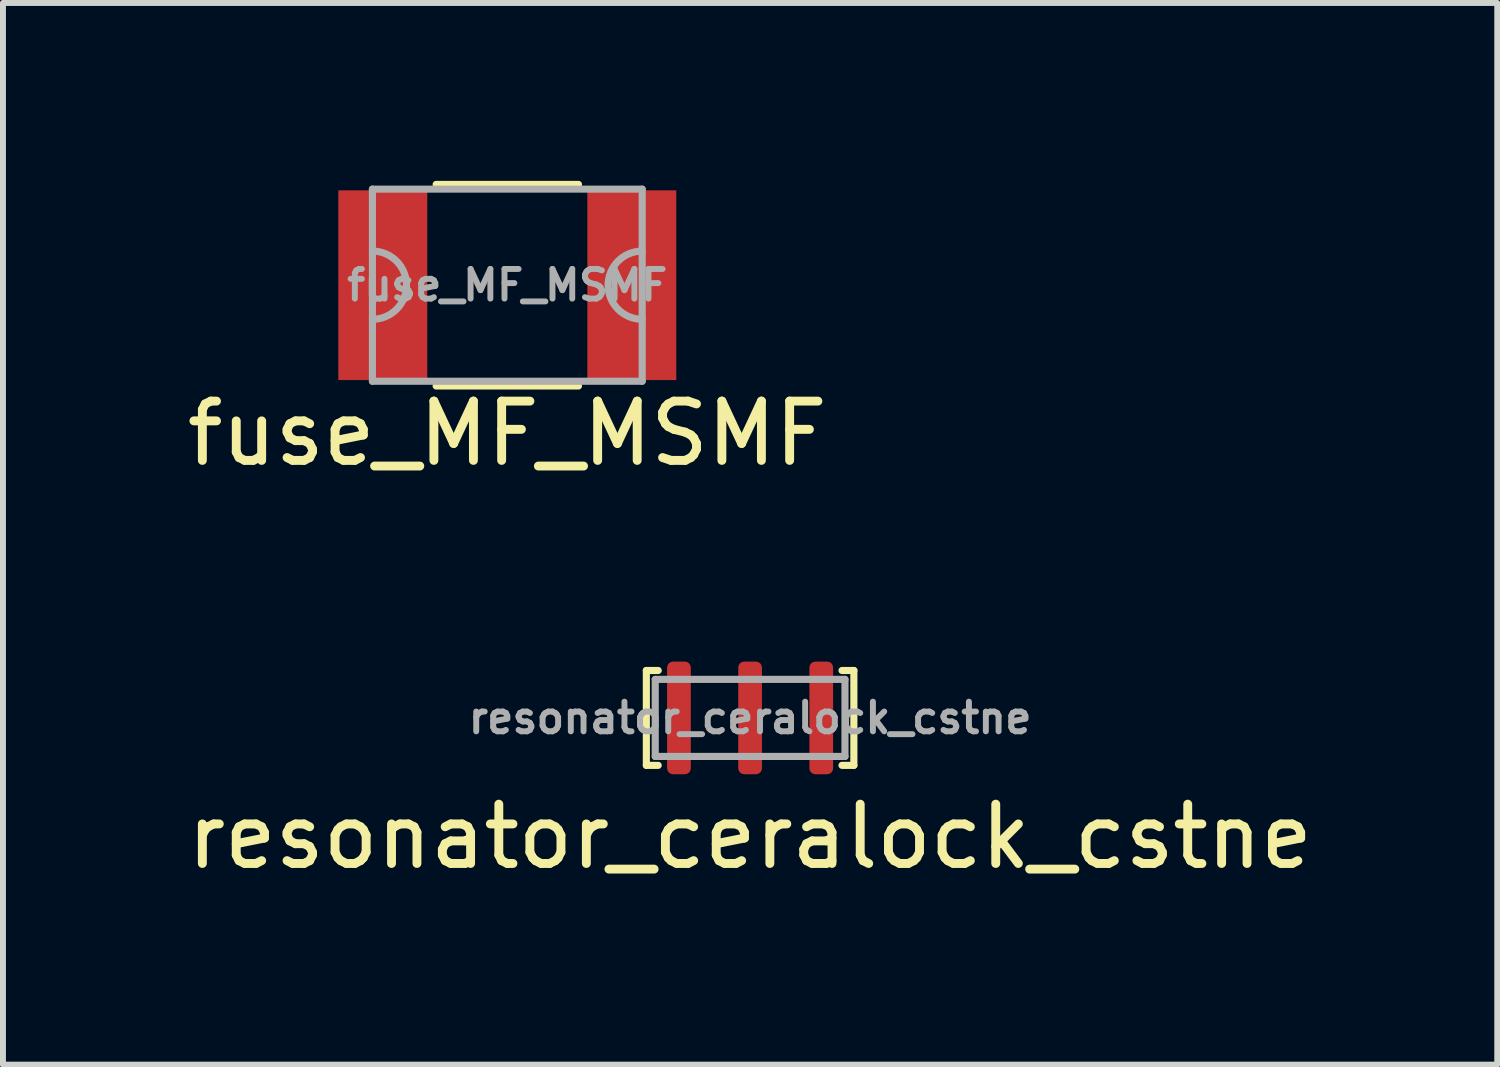
<source format=kicad_pcb>
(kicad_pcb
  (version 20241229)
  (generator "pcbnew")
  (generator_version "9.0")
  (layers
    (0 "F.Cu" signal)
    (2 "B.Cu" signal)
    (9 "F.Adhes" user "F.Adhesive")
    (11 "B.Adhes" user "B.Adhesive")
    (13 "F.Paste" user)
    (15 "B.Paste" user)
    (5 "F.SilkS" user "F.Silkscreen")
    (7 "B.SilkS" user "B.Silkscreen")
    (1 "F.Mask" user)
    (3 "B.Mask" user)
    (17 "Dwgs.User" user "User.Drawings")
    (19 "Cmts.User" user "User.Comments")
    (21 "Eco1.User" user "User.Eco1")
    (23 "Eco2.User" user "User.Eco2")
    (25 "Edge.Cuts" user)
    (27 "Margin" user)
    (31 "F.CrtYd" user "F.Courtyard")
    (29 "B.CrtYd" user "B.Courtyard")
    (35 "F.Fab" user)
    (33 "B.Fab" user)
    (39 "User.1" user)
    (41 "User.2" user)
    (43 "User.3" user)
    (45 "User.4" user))
  (footprint "resonator_ceralock_cstne"
    (layer "F.Cu")
    (at 9.601 9.058)
    (property "Reference" "resonator_ceralock_cstne" (at 0 2 0) (layer "F.SilkS") (effects (font (size 1 1) (thickness 0.15))))
    (attr through_hole)
    (fp_line (start -1.75 -0.8) (end -1.75 0.8) (stroke (width 0.12) (type solid)) (layer "F.SilkS"))
    (fp_line (start -1.75 0.8) (end -1.55 0.8) (stroke (width 0.12) (type solid)) (layer "F.SilkS"))
    (fp_line (start -1.55 -0.8) (end -1.75 -0.8) (stroke (width 0.12) (type solid)) (layer "F.SilkS"))
    (fp_line (start 1.55 0.8) (end 1.75 0.8) (stroke (width 0.12) (type solid)) (layer "F.SilkS"))
    (fp_line (start 1.75 -0.8) (end 1.55 -0.8) (stroke (width 0.12) (type solid)) (layer "F.SilkS"))
    (fp_line (start 1.75 0.8) (end 1.75 -0.8) (stroke (width 0.12) (type solid)) (layer "F.SilkS"))
    (fp_line (start -1.6 -0.65) (end -1.6 0.65) (stroke (width 0.12) (type solid)) (layer "F.Fab"))
    (fp_line (start -1.6 0.65) (end 1.6 0.65) (stroke (width 0.12) (type solid)) (layer "F.Fab"))
    (fp_line (start 1.6 -0.65) (end -1.6 -0.65) (stroke (width 0.12) (type solid)) (layer "F.Fab"))
    (fp_line (start 1.6 0.65) (end 1.6 -0.65) (stroke (width 0.12) (type solid)) (layer "F.Fab"))
    (fp_text user "${REFERENCE}" (at 0 0 0) (layer "F.Fab") (effects (font (size 0.5 0.5) (thickness 0.1))))
    (pad "1" smd roundrect (at -1.2 0) (size 0.4 1.9) (layers "F.Cu" "F.Mask" "F.Paste") (roundrect_rratio 0.25))
    (pad "2" smd roundrect (at 0 0) (size 0.4 1.9) (layers "F.Cu" "F.Mask" "F.Paste") (roundrect_rratio 0.25))
    (pad "3" smd roundrect (at 1.2 0) (size 0.4 1.9) (layers "F.Cu" "F.Mask" "F.Paste") (roundrect_rratio 0.25)))
  (footprint "fuse_MF_MSMF"
    (layer "F.Cu")
    (at 5.506 1.76)
    (property "Reference" "fuse_MF_MSMF" (at 0 2.5 0) (layer "F.SilkS") (effects (font (size 1 1) (thickness 0.15))))
    (attr through_hole)
    (fp_line (start -1.2 -1.7) (end 1.2 -1.7) (stroke (width 0.12) (type solid)) (layer "F.SilkS"))
    (fp_line (start 1.2 1.7) (end -1.2 1.7) (stroke (width 0.12) (type solid)) (layer "F.SilkS"))
    (fp_line (start -2.275 -1.62) (end -2.275 1.62) (stroke (width 0.12) (type solid)) (layer "F.Fab"))
    (fp_line (start -2.275 1.62) (end 2.275 1.62) (stroke (width 0.12) (type solid)) (layer "F.Fab"))
    (fp_line (start 2.275 -1.62) (end -2.275 -1.62) (stroke (width 0.12) (type solid)) (layer "F.Fab"))
    (fp_line (start 2.275 1.62) (end 2.275 -1.62) (stroke (width 0.12) (type solid)) (layer "F.Fab"))
    (fp_arc (start -2.275 -0.575) (mid -1.7 0) (end -2.275 0.575) (stroke (width 0.12) (type solid)) (layer "F.Fab"))
    (fp_arc (start 2.275 0.575) (mid 1.7 0) (end 2.275 -0.575) (stroke (width 0.12) (type solid)) (layer "F.Fab"))
    (fp_text user "${REFERENCE}" (at 0 0 0) (layer "F.Fab") (effects (font (size 0.5 0.5) (thickness 0.1))))
    (pad "1" smd rect (at -2.1 0) (size 1.5 3.2) (layers "F.Cu" "F.Mask" "F.Paste"))
    (pad "2" smd rect (at 2.1 0) (size 1.5 3.2) (layers "F.Cu" "F.Mask" "F.Paste")))
  (gr_rect
    (start -3 -3)
    (end 22.202 14.906)
    (stroke (width 0.1) (type default))
    (fill no)
    (layer "Edge.Cuts")))
</source>
